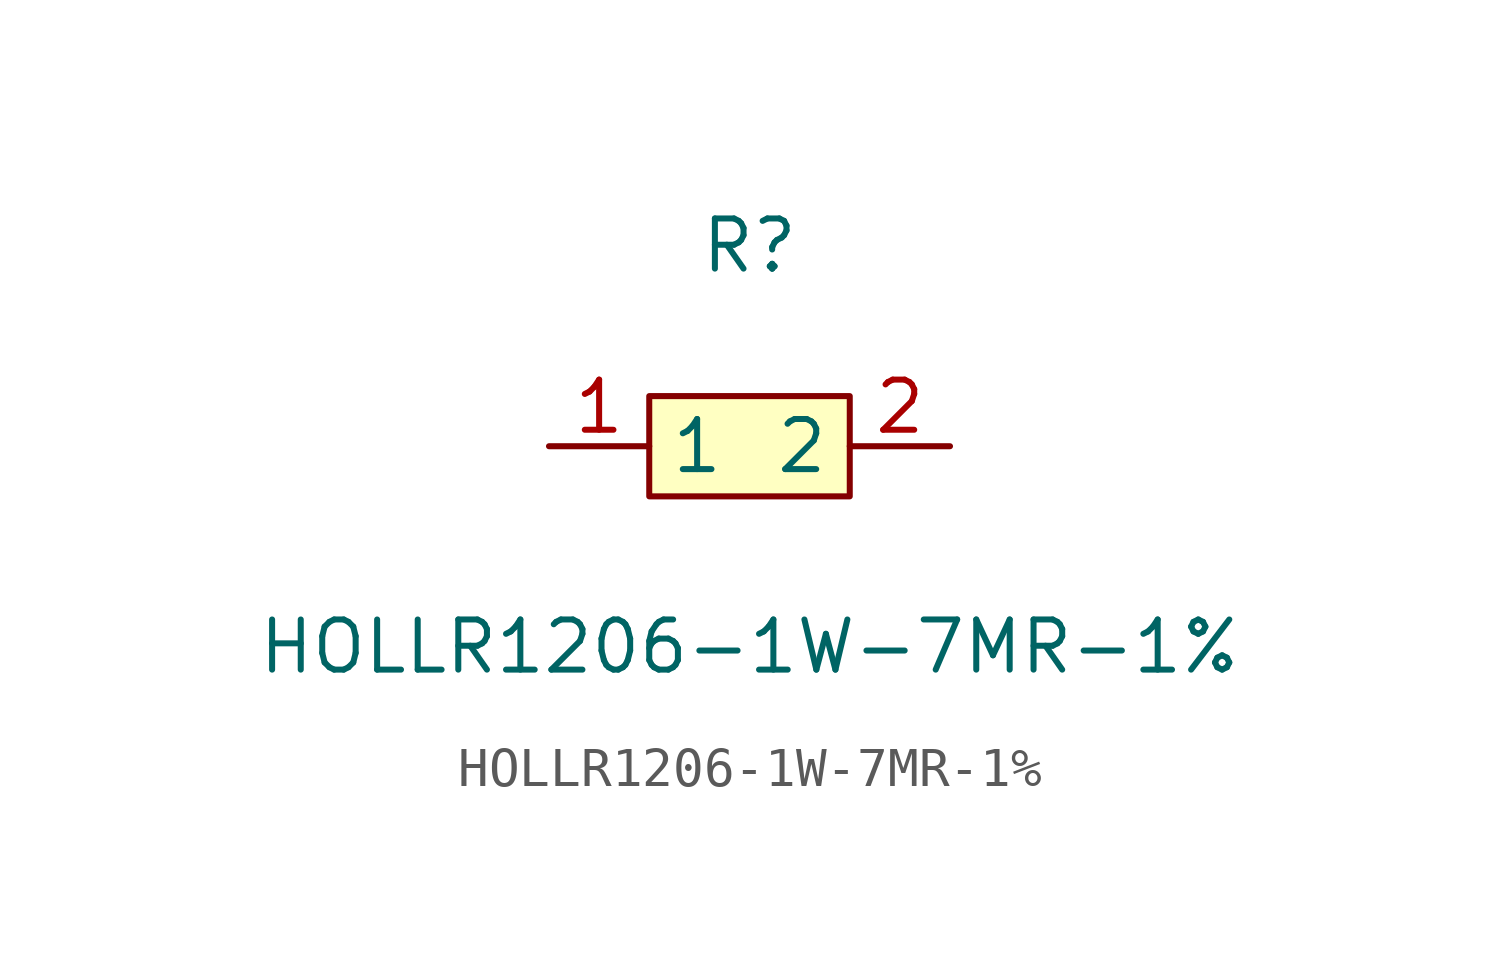
<source format=kicad_sym>
(kicad_symbol_lib
  (version 1)
  (generator "faebryk")
  (symbol "HOLLR1206-1W-7MR-1%"
    (property "Reference" "R"
      (at 0 5.08 0)
      (effects (font (size 1.27 1.27)) (hide no)))
    (property "Value" "HOLLR1206-1W-7MR-1%"
      (at 0 -5.08 0)
      (effects (font (size 1.27 1.27)) (hide no)))
    (symbol "HOLLR1206-1W-7MR-1%_0_1"
      (rectangle (start -2.54 1.27) (end 2.54 -1.27) (stroke (width 0) (type default) (color 0 0 0 0)) (fill (type background)))
      (pin unspecified line (at 5.08 0 180) (length 2.54) (name "2" (effects (font (size 1.27 1.27)) (hide no))) (number "2" (effects (font (size 1.27 1.27)) (hide no))))
      (pin unspecified line (at -5.08 0 0) (length 2.54) (name "1" (effects (font (size 1.27 1.27)) (hide no))) (number "1" (effects (font (size 1.27 1.27)) (hide no)))))))
</source>
